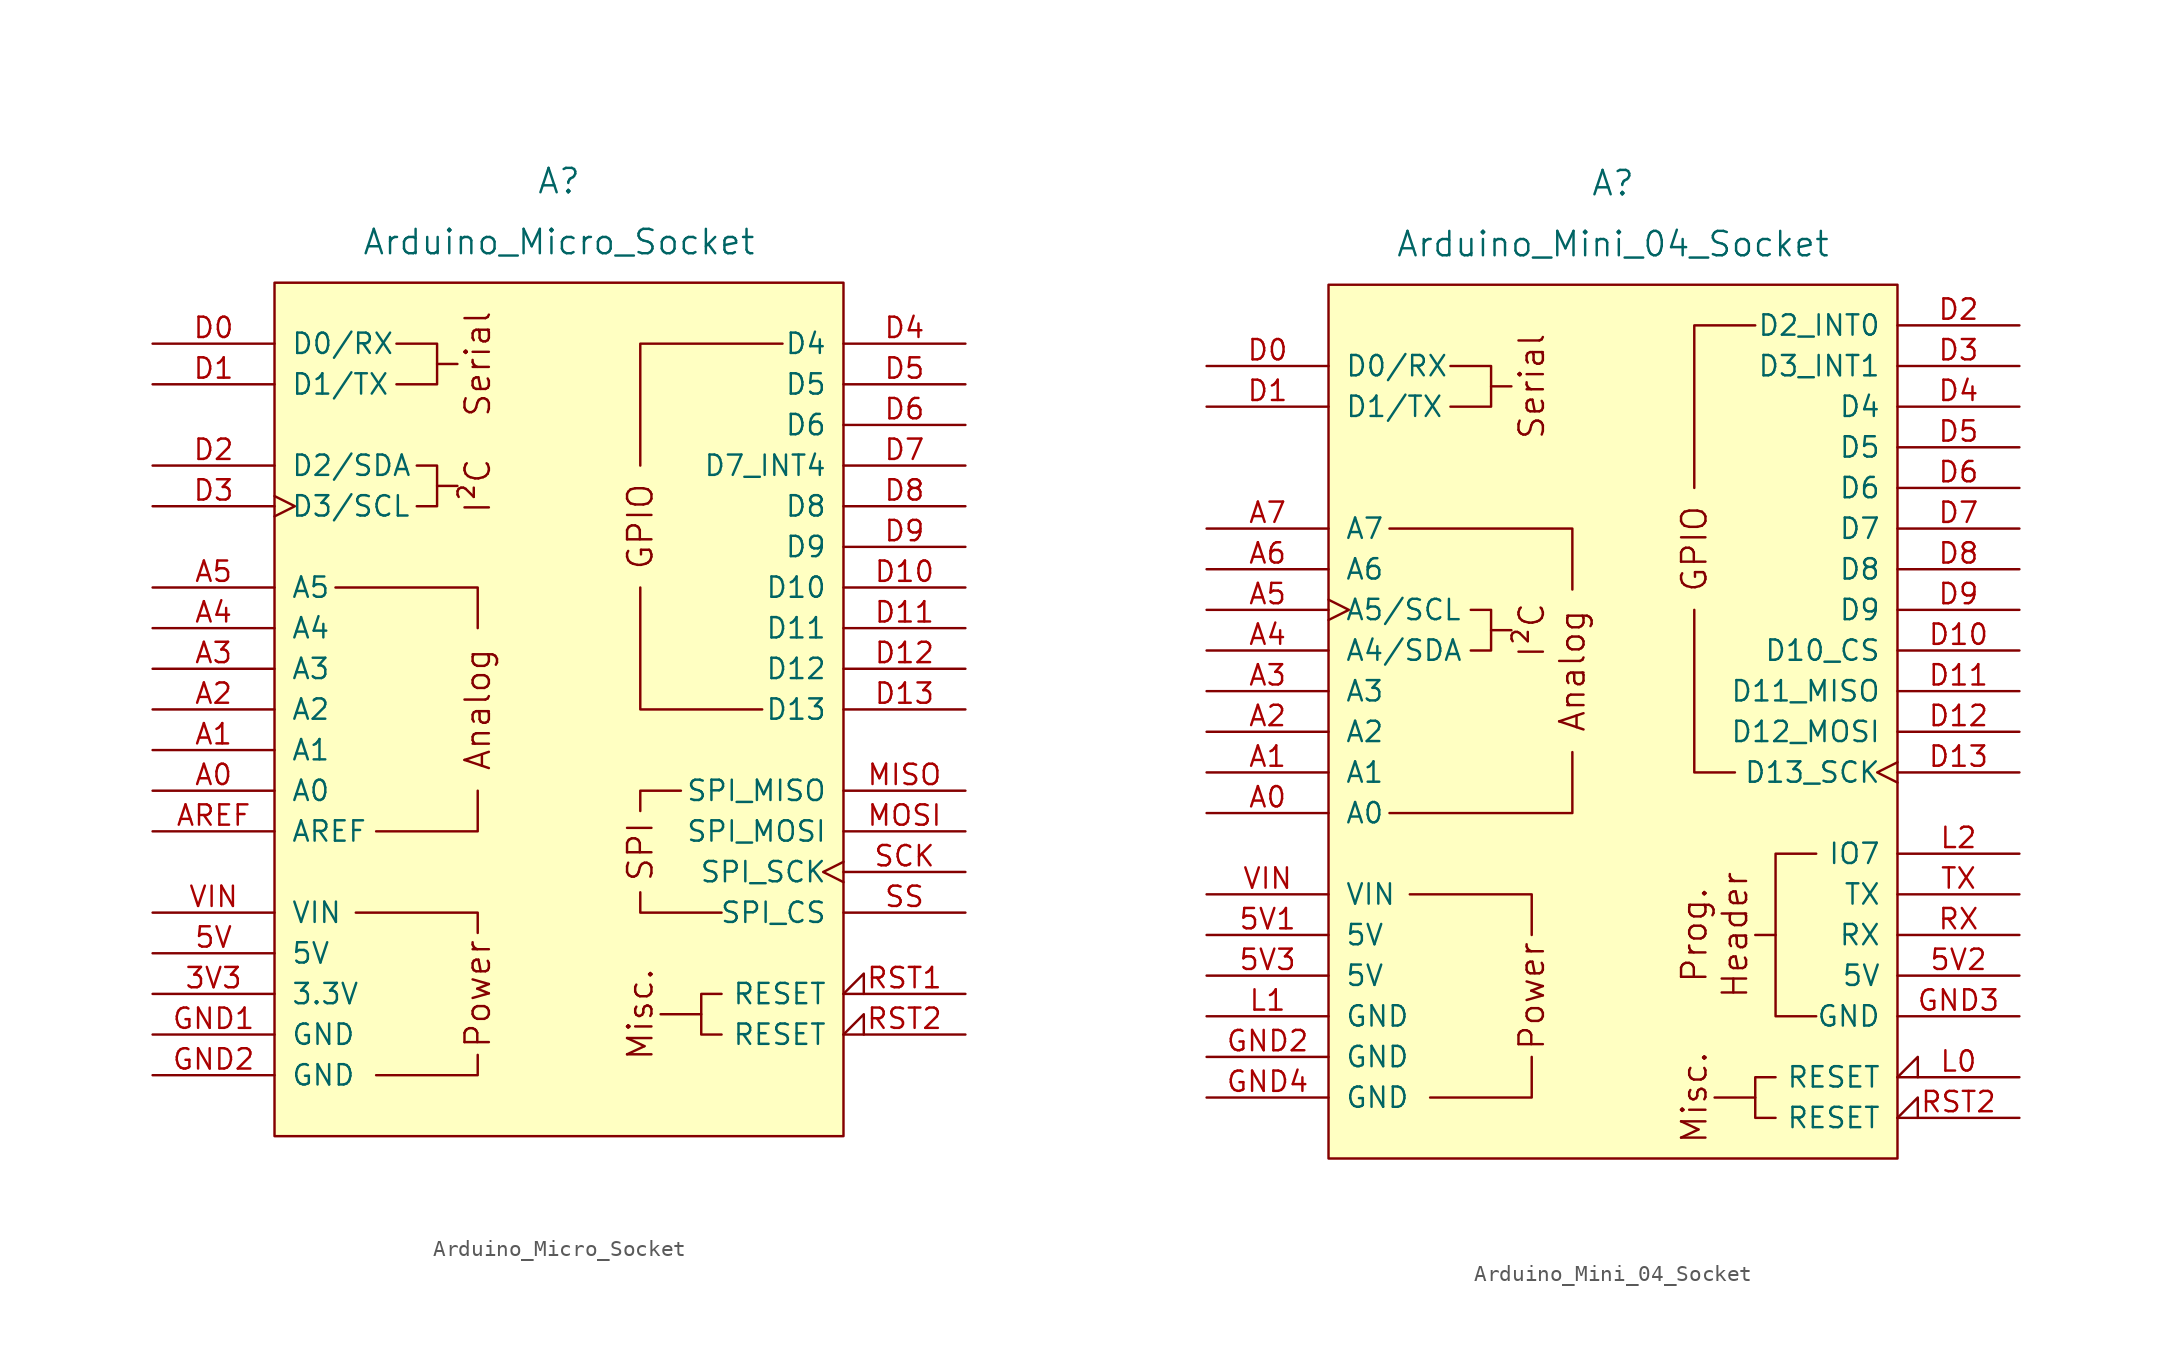
<source format=kicad_sym>
(kicad_symbol_lib
  (version 20211014)
  (generator kicad_symbol_editor)
  (symbol "Arduino_Micro_Socket"
    (pin_names
      (offset 1.016))
    (property "Reference" "A"
      (at 0 33.02 0)
      (effects (font (size 1.524 1.524))))
    (property "Value" "Arduino_Micro_Socket"
      (at 0 29.21 0)
      (effects (font (size 1.524 1.524))))
    (symbol "Arduino_Micro_Socket_0_0"
      (rectangle (start -17.78 26.67) (end 17.78 -26.67) (stroke (width 0) (type default) (color 0 0 0 0)) (fill (type background)))
      (polyline (pts (xy -7.62 13.97) (xy -6.35 13.97)) (stroke (width 0) (type default) (color 0 0 0 0)) (fill (type none)))
      (polyline (pts (xy -7.62 21.59) (xy -6.35 21.59)) (stroke (width 0) (type default) (color 0 0 0 0)) (fill (type none)))
      (polyline (pts (xy 8.89 -19.05) (xy 6.35 -19.05)) (stroke (width 0) (type default) (color 0 0 0 0)) (fill (type none)))
      (polyline (pts (xy -11.43 -22.86) (xy -5.08 -22.86) (xy -5.08 -21.59)) (stroke (width 0) (type default) (color 0 0 0 0)) (fill (type none)))
      (polyline (pts (xy -5.08 -13.97) (xy -5.08 -12.7) (xy -12.7 -12.7)) (stroke (width 0) (type default) (color 0 0 0 0)) (fill (type none)))
      (polyline (pts (xy -5.08 -5.08) (xy -5.08 -7.62) (xy -11.43 -7.62)) (stroke (width 0) (type default) (color 0 0 0 0)) (fill (type none)))
      (polyline (pts (xy -5.08 5.08) (xy -5.08 7.62) (xy -13.97 7.62)) (stroke (width 0) (type default) (color 0 0 0 0)) (fill (type none)))
      (polyline (pts (xy 5.08 -11.43) (xy 5.08 -12.7) (xy 10.16 -12.7)) (stroke (width 0) (type default) (color 0 0 0 0)) (fill (type none)))
      (polyline (pts (xy 5.08 7.62) (xy 5.08 0) (xy 12.7 0)) (stroke (width 0) (type default) (color 0 0 0 0)) (fill (type none)))
      (polyline (pts (xy 7.62 -5.08) (xy 5.08 -5.08) (xy 5.08 -6.35)) (stroke (width 0) (type default) (color 0 0 0 0)) (fill (type none)))
      (polyline (pts (xy 13.97 22.86) (xy 5.08 22.86) (xy 5.08 15.24)) (stroke (width 0) (type default) (color 0 0 0 0)) (fill (type none)))
      (polyline (pts (xy -10.16 22.86) (xy -7.62 22.86) (xy -7.62 20.32) (xy -10.16 20.32)) (stroke (width 0) (type default) (color 0 0 0 0)) (fill (type none)))
      (polyline (pts (xy -8.89 15.24) (xy -7.62 15.24) (xy -7.62 12.7) (xy -8.89 12.7)) (stroke (width 0) (type default) (color 0 0 0 0)) (fill (type none)))
      (text "Analog" (at -5.08 0 900) (effects (font (size 1.524 1.524))))
      (text "I²C" (at -5.08 13.97 900) (effects (font (size 1.524 1.524))))
      (text "Misc." (at 5.08 -19.05 900) (effects (font (size 1.524 1.524))))
      (text "Power" (at -5.08 -17.78 900) (effects (font (size 1.524 1.524))))
      (text "Serial" (at -5.08 21.59 900) (effects (font (size 1.524 1.524))))
      (text "SPI" (at 5.08 -8.89 900) (effects (font (size 1.524 1.524)))))
    (symbol "Arduino_Micro_Socket_0_1"
      (polyline (pts (xy 10.16 -17.78) (xy 8.89 -17.78) (xy 8.89 -20.32) (xy 10.16 -20.32)) (stroke (width 0) (type default) (color 0 0 0 0)) (fill (type none))))
    (symbol "Arduino_Micro_Socket_1_0"
      (text "GPIO" (at 5.08 11.43 900) (effects (font (size 1.524 1.524)))))
    (symbol "Arduino_Micro_Socket_1_1"
      (pin power_out line (at -25.4 -17.78 0) (length 7.62) (name "3.3V" (effects (font (size 1.27 1.27)))) (number "3V3" (effects (font (size 1.27 1.27)))))
      (pin power_in line (at -25.4 -15.24 0) (length 7.62) (name "5V" (effects (font (size 1.27 1.27)))) (number "5V" (effects (font (size 1.27 1.27)))))
      (pin bidirectional line (at -25.4 -5.08 0) (length 7.62) (name "A0" (effects (font (size 1.27 1.27)))) (number "A0" (effects (font (size 1.27 1.27)))))
      (pin bidirectional line (at -25.4 -2.54 0) (length 7.62) (name "A1" (effects (font (size 1.27 1.27)))) (number "A1" (effects (font (size 1.27 1.27)))))
      (pin bidirectional line (at -25.4 0 0) (length 7.62) (name "A2" (effects (font (size 1.27 1.27)))) (number "A2" (effects (font (size 1.27 1.27)))))
      (pin bidirectional line (at -25.4 2.54 0) (length 7.62) (name "A3" (effects (font (size 1.27 1.27)))) (number "A3" (effects (font (size 1.27 1.27)))))
      (pin bidirectional line (at -25.4 5.08 0) (length 7.62) (name "A4" (effects (font (size 1.27 1.27)))) (number "A4" (effects (font (size 1.27 1.27)))))
      (pin bidirectional line (at -25.4 7.62 0) (length 7.62) (name "A5" (effects (font (size 1.27 1.27)))) (number "A5" (effects (font (size 1.27 1.27)))))
      (pin input line (at -25.4 -7.62 0) (length 7.62) (name "AREF" (effects (font (size 1.27 1.27)))) (number "AREF" (effects (font (size 1.27 1.27)))))
      (pin bidirectional line (at -25.4 22.86 0) (length 7.62) (name "D0/RX" (effects (font (size 1.27 1.27)))) (number "D0" (effects (font (size 1.27 1.27)))))
      (pin bidirectional line (at -25.4 20.32 0) (length 7.62) (name "D1/TX" (effects (font (size 1.27 1.27)))) (number "D1" (effects (font (size 1.27 1.27)))))
      (pin bidirectional line (at 25.4 7.62 180) (length 7.62) (name "D10" (effects (font (size 1.27 1.27)))) (number "D10" (effects (font (size 1.27 1.27)))))
      (pin bidirectional line (at 25.4 5.08 180) (length 7.62) (name "D11" (effects (font (size 1.27 1.27)))) (number "D11" (effects (font (size 1.27 1.27)))))
      (pin bidirectional line (at 25.4 2.54 180) (length 7.62) (name "D12" (effects (font (size 1.27 1.27)))) (number "D12" (effects (font (size 1.27 1.27)))))
      (pin bidirectional line (at 25.4 0 180) (length 7.62) (name "D13" (effects (font (size 1.27 1.27)))) (number "D13" (effects (font (size 1.27 1.27)))))
      (pin bidirectional line (at -25.4 15.24 0) (length 7.62) (name "D2/SDA" (effects (font (size 1.27 1.27)))) (number "D2" (effects (font (size 1.27 1.27)))))
      (pin bidirectional clock (at -25.4 12.7 0) (length 7.62) (name "D3/SCL" (effects (font (size 1.27 1.27)))) (number "D3" (effects (font (size 1.27 1.27)))))
      (pin bidirectional line (at 25.4 22.86 180) (length 7.62) (name "D4" (effects (font (size 1.27 1.27)))) (number "D4" (effects (font (size 1.27 1.27)))))
      (pin bidirectional line (at 25.4 20.32 180) (length 7.62) (name "D5" (effects (font (size 1.27 1.27)))) (number "D5" (effects (font (size 1.27 1.27)))))
      (pin bidirectional line (at 25.4 17.78 180) (length 7.62) (name "D6" (effects (font (size 1.27 1.27)))) (number "D6" (effects (font (size 1.27 1.27)))))
      (pin bidirectional line (at 25.4 15.24 180) (length 7.62) (name "D7_INT4" (effects (font (size 1.27 1.27)))) (number "D7" (effects (font (size 1.27 1.27)))))
      (pin bidirectional line (at 25.4 12.7 180) (length 7.62) (name "D8" (effects (font (size 1.27 1.27)))) (number "D8" (effects (font (size 1.27 1.27)))))
      (pin bidirectional line (at 25.4 10.16 180) (length 7.62) (name "D9" (effects (font (size 1.27 1.27)))) (number "D9" (effects (font (size 1.27 1.27)))))
      (pin power_in line (at -25.4 -20.32 0) (length 7.62) (name "GND" (effects (font (size 1.27 1.27)))) (number "GND1" (effects (font (size 1.27 1.27)))))
      (pin power_in line (at -25.4 -22.86 0) (length 7.62) (name "GND" (effects (font (size 1.27 1.27)))) (number "GND2" (effects (font (size 1.27 1.27)))))
      (pin input line (at 25.4 -5.08 180) (length 7.62) (name "SPI_MISO" (effects (font (size 1.27 1.27)))) (number "MISO" (effects (font (size 1.27 1.27)))))
      (pin output line (at 25.4 -7.62 180) (length 7.62) (name "SPI_MOSI" (effects (font (size 1.27 1.27)))) (number "MOSI" (effects (font (size 1.27 1.27)))))
      (pin open_collector input_low (at 25.4 -17.78 180) (length 7.62) (name "RESET" (effects (font (size 1.27 1.27)))) (number "RST1" (effects (font (size 1.27 1.27)))))
      (pin open_collector input_low (at 25.4 -20.32 180) (length 7.62) (name "RESET" (effects (font (size 1.27 1.27)))) (number "RST2" (effects (font (size 1.27 1.27)))))
      (pin output clock (at 25.4 -10.16 180) (length 7.62) (name "SPI_SCK" (effects (font (size 1.27 1.27)))) (number "SCK" (effects (font (size 1.27 1.27)))))
      (pin bidirectional line (at 25.4 -12.7 180) (length 7.62) (name "SPI_CS" (effects (font (size 1.27 1.27)))) (number "SS" (effects (font (size 1.27 1.27)))))
      (pin power_in line (at -25.4 -12.7 0) (length 7.62) (name "VIN" (effects (font (size 1.27 1.27)))) (number "VIN" (effects (font (size 1.27 1.27)))))))
  (symbol "Arduino_Mini_04_Socket"
    (pin_names
      (offset 1.016))
    (property "Reference" "A"
      (at 0 34.29 0)
      (effects (font (size 1.524 1.524))))
    (property "Value" "Arduino_Mini_04_Socket"
      (at 0 30.48 0)
      (effects (font (size 1.524 1.524))))
    (symbol "Arduino_Mini_04_Socket_0_0"
      (rectangle (start -17.78 27.94) (end 17.78 -26.67) (stroke (width 0) (type default) (color 0 0 0 0)) (fill (type background)))
      (polyline (pts (xy -7.62 6.35) (xy -6.35 6.35)) (stroke (width 0) (type default) (color 0 0 0 0)) (fill (type none)))
      (polyline (pts (xy -7.62 21.59) (xy -6.35 21.59)) (stroke (width 0) (type default) (color 0 0 0 0)) (fill (type none)))
      (polyline (pts (xy 8.89 -22.86) (xy 6.35 -22.86)) (stroke (width 0) (type default) (color 0 0 0 0)) (fill (type none)))
      (polyline (pts (xy -11.43 -22.86) (xy -5.08 -22.86) (xy -5.08 -20.32)) (stroke (width 0) (type default) (color 0 0 0 0)) (fill (type none)))
      (polyline (pts (xy -5.08 -12.7) (xy -5.08 -10.16) (xy -12.7 -10.16)) (stroke (width 0) (type default) (color 0 0 0 0)) (fill (type none)))
      (polyline (pts (xy -2.54 -1.27) (xy -2.54 -5.08) (xy -13.97 -5.08)) (stroke (width 0) (type default) (color 0 0 0 0)) (fill (type none)))
      (polyline (pts (xy -2.54 8.89) (xy -2.54 12.7) (xy -13.97 12.7)) (stroke (width 0) (type default) (color 0 0 0 0)) (fill (type none)))
      (polyline (pts (xy 10.16 -12.7) (xy 10.16 -17.78) (xy 12.7 -17.78)) (stroke (width 0) (type default) (color 0 0 0 0)) (fill (type none)))
      (polyline (pts (xy -10.16 22.86) (xy -7.62 22.86) (xy -7.62 20.32) (xy -10.16 20.32)) (stroke (width 0) (type default) (color 0 0 0 0)) (fill (type none)))
      (polyline (pts (xy -8.89 7.62) (xy -7.62 7.62) (xy -7.62 5.08) (xy -8.89 5.08)) (stroke (width 0) (type default) (color 0 0 0 0)) (fill (type none)))
      (polyline (pts (xy 12.7 -7.62) (xy 10.16 -7.62) (xy 10.16 -12.7) (xy 8.89 -12.7)) (stroke (width 0) (type default) (color 0 0 0 0)) (fill (type none)))
      (text "Analog" (at -2.54 3.81 900) (effects (font (size 1.524 1.524))))
      (text "Header" (at 7.62 -12.7 900) (effects (font (size 1.524 1.524))))
      (text "I²C" (at -5.08 6.35 900) (effects (font (size 1.524 1.524))))
      (text "Misc." (at 5.08 -22.86 900) (effects (font (size 1.524 1.524))))
      (text "Power" (at -5.08 -16.51 900) (effects (font (size 1.524 1.524))))
      (text "Prog." (at 5.08 -12.7 900) (effects (font (size 1.524 1.524))))
      (text "Serial" (at -5.08 21.59 900) (effects (font (size 1.524 1.524)))))
    (symbol "Arduino_Mini_04_Socket_0_1"
      (polyline (pts (xy 7.62 -2.54) (xy 5.08 -2.54) (xy 5.08 7.62)) (stroke (width 0) (type default) (color 0 0 0 0)) (fill (type none)))
      (polyline (pts (xy 8.89 25.4) (xy 5.08 25.4) (xy 5.08 15.24)) (stroke (width 0) (type default) (color 0 0 0 0)) (fill (type none)))
      (polyline (pts (xy 10.16 -21.59) (xy 8.89 -21.59) (xy 8.89 -24.13) (xy 10.16 -24.13)) (stroke (width 0) (type default) (color 0 0 0 0)) (fill (type none))))
    (symbol "Arduino_Mini_04_Socket_1_0"
      (text "GPIO" (at 5.08 11.43 900) (effects (font (size 1.524 1.524)))))
    (symbol "Arduino_Mini_04_Socket_1_1"
      (pin power_in line (at -25.4 -12.7 0) (length 7.62) (name "5V" (effects (font (size 1.27 1.27)))) (number "5V1" (effects (font (size 1.27 1.27)))))
      (pin power_in line (at 25.4 -15.24 180) (length 7.62) (name "5V" (effects (font (size 1.27 1.27)))) (number "5V2" (effects (font (size 1.27 1.27)))))
      (pin power_in line (at -25.4 -15.24 0) (length 7.62) (name "5V" (effects (font (size 1.27 1.27)))) (number "5V3" (effects (font (size 1.27 1.27)))))
      (pin bidirectional line (at -25.4 -5.08 0) (length 7.62) (name "A0" (effects (font (size 1.27 1.27)))) (number "A0" (effects (font (size 1.27 1.27)))))
      (pin bidirectional line (at -25.4 -2.54 0) (length 7.62) (name "A1" (effects (font (size 1.27 1.27)))) (number "A1" (effects (font (size 1.27 1.27)))))
      (pin bidirectional line (at -25.4 0 0) (length 7.62) (name "A2" (effects (font (size 1.27 1.27)))) (number "A2" (effects (font (size 1.27 1.27)))))
      (pin bidirectional line (at -25.4 2.54 0) (length 7.62) (name "A3" (effects (font (size 1.27 1.27)))) (number "A3" (effects (font (size 1.27 1.27)))))
      (pin bidirectional line (at -25.4 5.08 0) (length 7.62) (name "A4/SDA" (effects (font (size 1.27 1.27)))) (number "A4" (effects (font (size 1.27 1.27)))))
      (pin bidirectional clock (at -25.4 7.62 0) (length 7.62) (name "A5/SCL" (effects (font (size 1.27 1.27)))) (number "A5" (effects (font (size 1.27 1.27)))))
      (pin input line (at -25.4 10.16 0) (length 7.62) (name "A6" (effects (font (size 1.27 1.27)))) (number "A6" (effects (font (size 1.27 1.27)))))
      (pin input line (at -25.4 12.7 0) (length 7.62) (name "A7" (effects (font (size 1.27 1.27)))) (number "A7" (effects (font (size 1.27 1.27)))))
      (pin bidirectional line (at -25.4 22.86 0) (length 7.62) (name "D0/RX" (effects (font (size 1.27 1.27)))) (number "D0" (effects (font (size 1.27 1.27)))))
      (pin bidirectional line (at -25.4 20.32 0) (length 7.62) (name "D1/TX" (effects (font (size 1.27 1.27)))) (number "D1" (effects (font (size 1.27 1.27)))))
      (pin bidirectional line (at 25.4 5.08 180) (length 7.62) (name "D10_CS" (effects (font (size 1.27 1.27)))) (number "D10" (effects (font (size 1.27 1.27)))))
      (pin bidirectional line (at 25.4 2.54 180) (length 7.62) (name "D11_MISO" (effects (font (size 1.27 1.27)))) (number "D11" (effects (font (size 1.27 1.27)))))
      (pin bidirectional line (at 25.4 0 180) (length 7.62) (name "D12_MOSI" (effects (font (size 1.27 1.27)))) (number "D12" (effects (font (size 1.27 1.27)))))
      (pin bidirectional clock (at 25.4 -2.54 180) (length 7.62) (name "D13_SCK" (effects (font (size 1.27 1.27)))) (number "D13" (effects (font (size 1.27 1.27)))))
      (pin bidirectional line (at 25.4 25.4 180) (length 7.62) (name "D2_INT0" (effects (font (size 1.27 1.27)))) (number "D2" (effects (font (size 1.27 1.27)))))
      (pin bidirectional line (at 25.4 22.86 180) (length 7.62) (name "D3_INT1" (effects (font (size 1.27 1.27)))) (number "D3" (effects (font (size 1.27 1.27)))))
      (pin bidirectional line (at 25.4 20.32 180) (length 7.62) (name "D4" (effects (font (size 1.27 1.27)))) (number "D4" (effects (font (size 1.27 1.27)))))
      (pin bidirectional line (at 25.4 17.78 180) (length 7.62) (name "D5" (effects (font (size 1.27 1.27)))) (number "D5" (effects (font (size 1.27 1.27)))))
      (pin bidirectional line (at 25.4 15.24 180) (length 7.62) (name "D6" (effects (font (size 1.27 1.27)))) (number "D6" (effects (font (size 1.27 1.27)))))
      (pin bidirectional line (at 25.4 12.7 180) (length 7.62) (name "D7" (effects (font (size 1.27 1.27)))) (number "D7" (effects (font (size 1.27 1.27)))))
      (pin bidirectional line (at 25.4 10.16 180) (length 7.62) (name "D8" (effects (font (size 1.27 1.27)))) (number "D8" (effects (font (size 1.27 1.27)))))
      (pin bidirectional line (at 25.4 7.62 180) (length 7.62) (name "D9" (effects (font (size 1.27 1.27)))) (number "D9" (effects (font (size 1.27 1.27)))))
      (pin power_in line (at -25.4 -20.32 0) (length 7.62) (name "GND" (effects (font (size 1.27 1.27)))) (number "GND2" (effects (font (size 1.27 1.27)))))
      (pin power_in line (at 25.4 -17.78 180) (length 7.62) (name "GND" (effects (font (size 1.27 1.27)))) (number "GND3" (effects (font (size 1.27 1.27)))))
      (pin power_in line (at -25.4 -22.86 0) (length 7.62) (name "GND" (effects (font (size 1.27 1.27)))) (number "GND4" (effects (font (size 1.27 1.27)))))
      (pin open_collector input_low (at 25.4 -21.59 180) (length 7.62) (name "RESET" (effects (font (size 1.27 1.27)))) (number "L0" (effects (font (size 1.27 1.27)))))
      (pin power_in line (at -25.4 -17.78 0) (length 7.62) (name "GND" (effects (font (size 1.27 1.27)))) (number "L1" (effects (font (size 1.27 1.27)))))
      (pin bidirectional line (at 25.4 -7.62 180) (length 7.62) (name "IO7" (effects (font (size 1.27 1.27)))) (number "L2" (effects (font (size 1.27 1.27)))))
      (pin open_collector input_low (at 25.4 -24.13 180) (length 7.62) (name "RESET" (effects (font (size 1.27 1.27)))) (number "RST2" (effects (font (size 1.27 1.27)))))
      (pin bidirectional line (at 25.4 -12.7 180) (length 7.62) (name "RX" (effects (font (size 1.27 1.27)))) (number "RX" (effects (font (size 1.27 1.27)))))
      (pin bidirectional line (at 25.4 -10.16 180) (length 7.62) (name "TX" (effects (font (size 1.27 1.27)))) (number "TX" (effects (font (size 1.27 1.27)))))
      (pin power_in line (at -25.4 -10.16 0) (length 7.62) (name "VIN" (effects (font (size 1.27 1.27)))) (number "VIN" (effects (font (size 1.27 1.27))))))))
</source>
